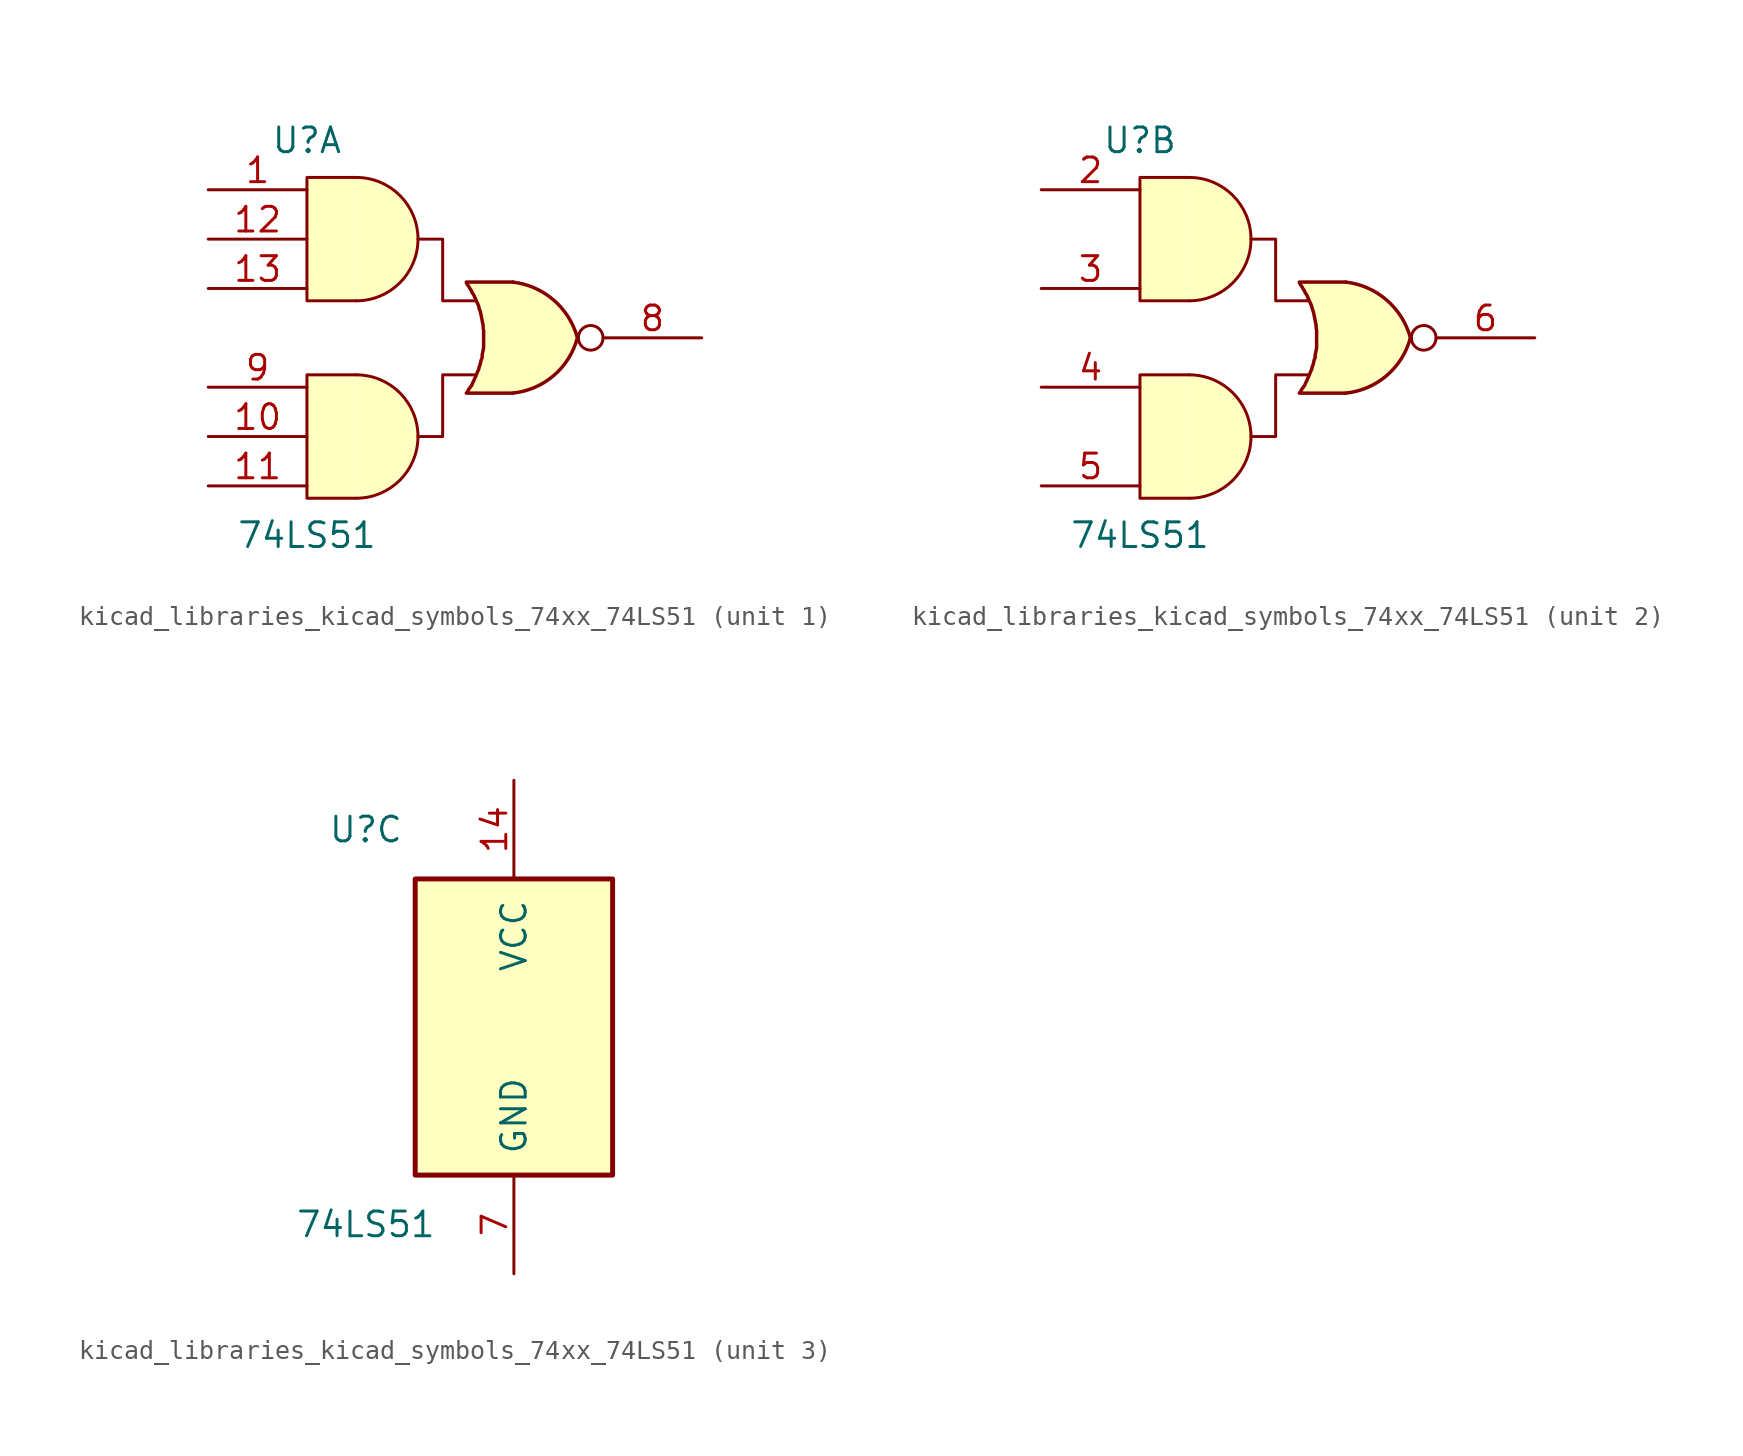
<source format=kicad_sym>
(kicad_symbol_lib
  (version 20220914)
  (generator kicad_symbol_editor)
  (symbol "kicad_libraries_kicad_symbols_74xx_74LS51"
    (pin_names
      (offset 1.016))
    (property "Reference" "U"
      (at -7.62 10.16 0)
      (effects (font (size 1.27 1.27))))
    (property "Value" "74LS51"
      (at -7.62 -10.16 0)
      (effects (font (size 1.27 1.27))))
    (property "ki_locked" ""
      (at 0 0 0)
      (effects (font (size 1.27 1.27))))
    (symbol "kicad_libraries_kicad_symbols_74xx_74LS51_1_0"
      (arc (start -5.08 -8.255) (mid -1.9188 -5.08) (end -5.08 -1.905) (stroke (width 0) (type default)) (fill (type background)))
      (arc (start -5.08 1.905) (mid -1.9188 5.08) (end -5.08 8.255) (stroke (width 0) (type default)) (fill (type background)))
      (polyline (pts (xy -5.08 -1.905) (xy -7.62 -1.905) (xy -7.62 -8.255) (xy -5.08 -8.255)) (stroke (width 0) (type default)) (fill (type background)))
      (polyline (pts (xy -5.08 1.905) (xy -7.62 1.905) (xy -7.62 8.255) (xy -5.08 8.255)) (stroke (width 0) (type default)) (fill (type background)))
      (polyline (pts (xy -1.905 -5.08) (xy -0.635 -5.08) (xy -0.635 -1.905) (xy 1.016 -1.905)) (stroke (width 0) (type default)) (fill (type none)))
      (polyline (pts (xy -1.905 5.08) (xy -0.635 5.08) (xy -0.635 1.905) (xy 1.016 1.905)) (stroke (width 0) (type default)) (fill (type none)))
      (polyline (pts (xy 2.972 2.87) (xy 0.584 2.87) (xy 0.584 2.845) (xy 0.635 2.743) (xy 0.711 2.642) (xy 0.762 2.54) (xy 0.838 2.438) (xy 0.889 2.311) (xy 0.965 2.21) (xy 1.016 2.083) (xy 1.067 1.981) (xy 1.118 1.854) (xy 1.168 1.753) (xy 1.219 1.626) (xy 1.245 1.499) (xy 1.295 1.372) (xy 1.321 1.27) (xy 1.346 1.143) (xy 1.372 1.016) (xy 1.397 0.889) (xy 1.422 0.762) (xy 1.448 0.635) (xy 1.448 0.508) (xy 1.473 0.381) (xy 1.473 0.254) (xy 1.473 0.127) (xy 1.473 0) (xy 1.473 -0.127) (xy 1.473 -0.254) (xy 1.473 -0.381) (xy 1.473 -0.508) (xy 1.448 -0.635) (xy 1.422 -0.762) (xy 1.397 -0.889) (xy 1.397 -1.016) (xy 1.346 -1.143) (xy 1.321 -1.245) (xy 1.295 -1.372) (xy 1.245 -1.499) (xy 1.219 -1.626) (xy 1.168 -1.727) (xy 1.118 -1.854) (xy 1.067 -1.981) (xy 1.016 -2.083) (xy 0.965 -2.21) (xy 0.914 -2.311) (xy 0.864 -2.438) (xy 0.787 -2.54) (xy 0.711 -2.642) (xy 0.66 -2.743) (xy 0.584 -2.845) (xy 0.584 -2.845) (xy 2.972 -2.845)) (stroke (width 0.178) (type default)) (fill (type background)))
      (arc (start 2.9718 -2.8448) (mid 5.0811 -1.9407) (end 6.2992 0) (stroke (width 0.1778) (type default)) (fill (type background)))
      (arc (start 6.2992 0) (mid 5.0781 1.9435) (end 2.9718 2.8702) (stroke (width 0.1778) (type default)) (fill (type background)))
      (circle (center 6.985 0) (radius 0.635) (stroke (width 0) (type default)) (fill (type none)))
      (pin input line (at -12.7 7.62 0) (length 5.08) (name "~" (effects (font (size 1.27 1.27)))) (number "1" (effects (font (size 1.27 1.27)))))
      (pin input line (at -12.7 -5.08 0) (length 5.08) (name "~" (effects (font (size 1.27 1.27)))) (number "10" (effects (font (size 1.27 1.27)))))
      (pin input line (at -12.7 -7.62 0) (length 5.08) (name "~" (effects (font (size 1.27 1.27)))) (number "11" (effects (font (size 1.27 1.27)))))
      (pin input line (at -12.7 5.08 0) (length 5.08) (name "~" (effects (font (size 1.27 1.27)))) (number "12" (effects (font (size 1.27 1.27)))))
      (pin input line (at -12.7 2.54 0) (length 5.08) (name "~" (effects (font (size 1.27 1.27)))) (number "13" (effects (font (size 1.27 1.27)))))
      (pin output line (at 12.7 0 180) (length 5.08) (name "~" (effects (font (size 1.27 1.27)))) (number "8" (effects (font (size 1.27 1.27)))))
      (pin input line (at -12.7 -2.54 0) (length 5.08) (name "~" (effects (font (size 1.27 1.27)))) (number "9" (effects (font (size 1.27 1.27))))))
    (symbol "kicad_libraries_kicad_symbols_74xx_74LS51_2_0"
      (arc (start -5.08 -8.255) (mid -1.9188 -5.08) (end -5.08 -1.905) (stroke (width 0) (type default)) (fill (type background)))
      (arc (start -5.08 1.905) (mid -1.9188 5.08) (end -5.08 8.255) (stroke (width 0) (type default)) (fill (type background)))
      (polyline (pts (xy -5.08 -1.905) (xy -7.62 -1.905) (xy -7.62 -8.255) (xy -5.08 -8.255)) (stroke (width 0) (type default)) (fill (type background)))
      (polyline (pts (xy -5.08 1.905) (xy -7.62 1.905) (xy -7.62 8.255) (xy -5.08 8.255)) (stroke (width 0) (type default)) (fill (type background)))
      (polyline (pts (xy -1.905 -5.08) (xy -0.635 -5.08) (xy -0.635 -1.905) (xy 1.016 -1.905)) (stroke (width 0) (type default)) (fill (type none)))
      (polyline (pts (xy -1.905 5.08) (xy -0.635 5.08) (xy -0.635 1.905) (xy 1.016 1.905)) (stroke (width 0) (type default)) (fill (type none)))
      (polyline (pts (xy 2.972 2.87) (xy 0.584 2.87) (xy 0.584 2.845) (xy 0.635 2.743) (xy 0.711 2.642) (xy 0.762 2.54) (xy 0.838 2.438) (xy 0.889 2.311) (xy 0.965 2.21) (xy 1.016 2.083) (xy 1.067 1.981) (xy 1.118 1.854) (xy 1.168 1.753) (xy 1.219 1.626) (xy 1.245 1.499) (xy 1.295 1.372) (xy 1.321 1.27) (xy 1.346 1.143) (xy 1.372 1.016) (xy 1.397 0.889) (xy 1.422 0.762) (xy 1.448 0.635) (xy 1.448 0.508) (xy 1.473 0.381) (xy 1.473 0.254) (xy 1.473 0.127) (xy 1.473 0) (xy 1.473 -0.127) (xy 1.473 -0.254) (xy 1.473 -0.381) (xy 1.473 -0.508) (xy 1.448 -0.635) (xy 1.422 -0.762) (xy 1.397 -0.889) (xy 1.397 -1.016) (xy 1.346 -1.143) (xy 1.321 -1.245) (xy 1.295 -1.372) (xy 1.245 -1.499) (xy 1.219 -1.626) (xy 1.168 -1.727) (xy 1.118 -1.854) (xy 1.067 -1.981) (xy 1.016 -2.083) (xy 0.965 -2.21) (xy 0.914 -2.311) (xy 0.864 -2.438) (xy 0.787 -2.54) (xy 0.711 -2.642) (xy 0.66 -2.743) (xy 0.584 -2.845) (xy 0.584 -2.845) (xy 2.972 -2.845)) (stroke (width 0.178) (type default)) (fill (type background)))
      (arc (start 2.9718 -2.8448) (mid 5.0811 -1.9407) (end 6.2992 0) (stroke (width 0.1778) (type default)) (fill (type background)))
      (arc (start 6.2992 0) (mid 5.0781 1.9435) (end 2.9718 2.8702) (stroke (width 0.1778) (type default)) (fill (type background)))
      (circle (center 6.985 0) (radius 0.635) (stroke (width 0) (type default)) (fill (type none)))
      (pin input line (at -12.7 7.62 0) (length 5.08) (name "~" (effects (font (size 1.27 1.27)))) (number "2" (effects (font (size 1.27 1.27)))))
      (pin input line (at -12.7 2.54 0) (length 5.08) (name "~" (effects (font (size 1.27 1.27)))) (number "3" (effects (font (size 1.27 1.27)))))
      (pin input line (at -12.7 -2.54 0) (length 5.08) (name "~" (effects (font (size 1.27 1.27)))) (number "4" (effects (font (size 1.27 1.27)))))
      (pin input line (at -12.7 -7.62 0) (length 5.08) (name "~" (effects (font (size 1.27 1.27)))) (number "5" (effects (font (size 1.27 1.27)))))
      (pin output line (at 12.7 0 180) (length 5.08) (name "~" (effects (font (size 1.27 1.27)))) (number "6" (effects (font (size 1.27 1.27))))))
    (symbol "kicad_libraries_kicad_symbols_74xx_74LS51_3_0"
      (pin power_in line (at 0 12.7 270) (length 5.08) (name "VCC" (effects (font (size 1.27 1.27)))) (number "14" (effects (font (size 1.27 1.27)))))
      (pin power_in line (at 0 -12.7 90) (length 5.08) (name "GND" (effects (font (size 1.27 1.27)))) (number "7" (effects (font (size 1.27 1.27))))))
    (symbol "kicad_libraries_kicad_symbols_74xx_74LS51_3_1"
      (rectangle (start -5.08 7.62) (end 5.08 -7.62) (stroke (width 0.254) (type default)) (fill (type background))))))
</source>
